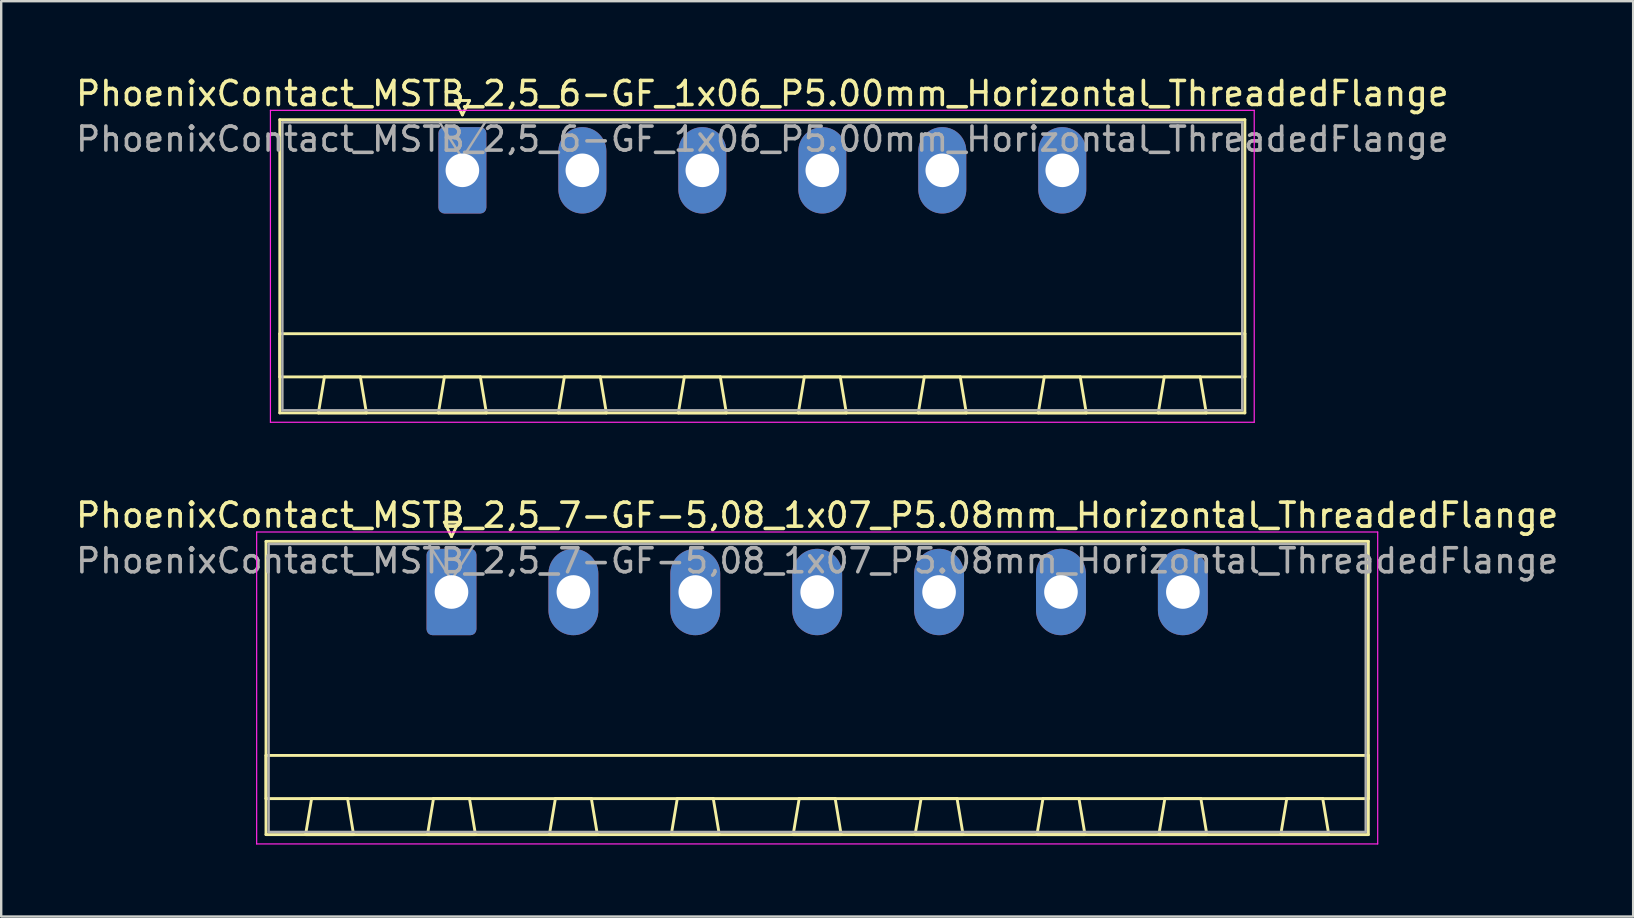
<source format=kicad_pcb>
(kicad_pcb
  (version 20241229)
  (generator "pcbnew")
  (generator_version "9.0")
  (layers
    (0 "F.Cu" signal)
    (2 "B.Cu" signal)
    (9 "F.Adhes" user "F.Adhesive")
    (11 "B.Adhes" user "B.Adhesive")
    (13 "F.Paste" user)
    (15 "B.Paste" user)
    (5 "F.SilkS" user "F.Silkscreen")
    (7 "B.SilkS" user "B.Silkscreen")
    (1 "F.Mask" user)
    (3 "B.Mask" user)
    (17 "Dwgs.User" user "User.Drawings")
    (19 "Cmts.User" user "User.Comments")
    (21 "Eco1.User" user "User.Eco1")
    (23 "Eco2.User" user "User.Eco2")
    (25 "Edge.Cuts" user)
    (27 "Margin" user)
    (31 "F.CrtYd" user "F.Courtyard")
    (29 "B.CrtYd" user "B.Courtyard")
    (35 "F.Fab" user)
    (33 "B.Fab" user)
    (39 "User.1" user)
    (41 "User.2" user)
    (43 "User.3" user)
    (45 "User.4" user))
  (footprint "PhoenixContact_MSTB_2,5_7-GF-5,08_1x07_P5.08mm_Horizontal_ThreadedFlange"
    (layer "F.Cu")
    (at 15.766 21.622)
    (property "Reference" "PhoenixContact_MSTB_2,5_7-GF-5,08_1x07_P5.08mm_Horizontal_ThreadedFlange" (at 15.24 -3.2 0) (layer "F.SilkS") (effects (font (size 1 1) (thickness 0.15))))
    (attr through_hole)
    (fp_line (start -7.73 -2.11) (end -7.73 10.11) (stroke (width 0.12) (type solid)) (layer "F.SilkS"))
    (fp_line (start -7.73 6.81) (end 38.21 6.81) (stroke (width 0.12) (type solid)) (layer "F.SilkS"))
    (fp_line (start -7.73 8.61) (end -7.73 6.81) (stroke (width 0.12) (type solid)) (layer "F.SilkS"))
    (fp_line (start -7.73 10.11) (end 38.21 10.11) (stroke (width 0.12) (type solid)) (layer "F.SilkS"))
    (fp_line (start -6.08 10.11) (end -4.08 10.11) (stroke (width 0.12) (type solid)) (layer "F.SilkS"))
    (fp_line (start -5.83 8.61) (end -6.08 10.11) (stroke (width 0.12) (type solid)) (layer "F.SilkS"))
    (fp_line (start -4.33 8.61) (end -5.83 8.61) (stroke (width 0.12) (type solid)) (layer "F.SilkS"))
    (fp_line (start -4.08 10.11) (end -4.33 8.61) (stroke (width 0.12) (type solid)) (layer "F.SilkS"))
    (fp_line (start -1 10.11) (end 1 10.11) (stroke (width 0.12) (type solid)) (layer "F.SilkS"))
    (fp_line (start -0.75 8.61) (end -1 10.11) (stroke (width 0.12) (type solid)) (layer "F.SilkS"))
    (fp_line (start -0.3 -2.91) (end 0.3 -2.91) (stroke (width 0.12) (type solid)) (layer "F.SilkS"))
    (fp_line (start 0 -2.31) (end -0.3 -2.91) (stroke (width 0.12) (type solid)) (layer "F.SilkS"))
    (fp_line (start 0.3 -2.91) (end 0 -2.31) (stroke (width 0.12) (type solid)) (layer "F.SilkS"))
    (fp_line (start 0.75 8.61) (end -0.75 8.61) (stroke (width 0.12) (type solid)) (layer "F.SilkS"))
    (fp_line (start 1 10.11) (end 0.75 8.61) (stroke (width 0.12) (type solid)) (layer "F.SilkS"))
    (fp_line (start 4.08 10.11) (end 6.08 10.11) (stroke (width 0.12) (type solid)) (layer "F.SilkS"))
    (fp_line (start 4.33 8.61) (end 4.08 10.11) (stroke (width 0.12) (type solid)) (layer "F.SilkS"))
    (fp_line (start 5.83 8.61) (end 4.33 8.61) (stroke (width 0.12) (type solid)) (layer "F.SilkS"))
    (fp_line (start 6.08 10.11) (end 5.83 8.61) (stroke (width 0.12) (type solid)) (layer "F.SilkS"))
    (fp_line (start 9.16 10.11) (end 11.16 10.11) (stroke (width 0.12) (type solid)) (layer "F.SilkS"))
    (fp_line (start 9.41 8.61) (end 9.16 10.11) (stroke (width 0.12) (type solid)) (layer "F.SilkS"))
    (fp_line (start 10.91 8.61) (end 9.41 8.61) (stroke (width 0.12) (type solid)) (layer "F.SilkS"))
    (fp_line (start 11.16 10.11) (end 10.91 8.61) (stroke (width 0.12) (type solid)) (layer "F.SilkS"))
    (fp_line (start 14.24 10.11) (end 16.24 10.11) (stroke (width 0.12) (type solid)) (layer "F.SilkS"))
    (fp_line (start 14.49 8.61) (end 14.24 10.11) (stroke (width 0.12) (type solid)) (layer "F.SilkS"))
    (fp_line (start 15.99 8.61) (end 14.49 8.61) (stroke (width 0.12) (type solid)) (layer "F.SilkS"))
    (fp_line (start 16.24 10.11) (end 15.99 8.61) (stroke (width 0.12) (type solid)) (layer "F.SilkS"))
    (fp_line (start 19.32 10.11) (end 21.32 10.11) (stroke (width 0.12) (type solid)) (layer "F.SilkS"))
    (fp_line (start 19.57 8.61) (end 19.32 10.11) (stroke (width 0.12) (type solid)) (layer "F.SilkS"))
    (fp_line (start 21.07 8.61) (end 19.57 8.61) (stroke (width 0.12) (type solid)) (layer "F.SilkS"))
    (fp_line (start 21.32 10.11) (end 21.07 8.61) (stroke (width 0.12) (type solid)) (layer "F.SilkS"))
    (fp_line (start 24.4 10.11) (end 26.4 10.11) (stroke (width 0.12) (type solid)) (layer "F.SilkS"))
    (fp_line (start 24.65 8.61) (end 24.4 10.11) (stroke (width 0.12) (type solid)) (layer "F.SilkS"))
    (fp_line (start 26.15 8.61) (end 24.65 8.61) (stroke (width 0.12) (type solid)) (layer "F.SilkS"))
    (fp_line (start 26.4 10.11) (end 26.15 8.61) (stroke (width 0.12) (type solid)) (layer "F.SilkS"))
    (fp_line (start 29.48 10.11) (end 31.48 10.11) (stroke (width 0.12) (type solid)) (layer "F.SilkS"))
    (fp_line (start 29.73 8.61) (end 29.48 10.11) (stroke (width 0.12) (type solid)) (layer "F.SilkS"))
    (fp_line (start 31.23 8.61) (end 29.73 8.61) (stroke (width 0.12) (type solid)) (layer "F.SilkS"))
    (fp_line (start 31.48 10.11) (end 31.23 8.61) (stroke (width 0.12) (type solid)) (layer "F.SilkS"))
    (fp_line (start 34.56 10.11) (end 36.56 10.11) (stroke (width 0.12) (type solid)) (layer "F.SilkS"))
    (fp_line (start 34.81 8.61) (end 34.56 10.11) (stroke (width 0.12) (type solid)) (layer "F.SilkS"))
    (fp_line (start 36.31 8.61) (end 34.81 8.61) (stroke (width 0.12) (type solid)) (layer "F.SilkS"))
    (fp_line (start 36.56 10.11) (end 36.31 8.61) (stroke (width 0.12) (type solid)) (layer "F.SilkS"))
    (fp_line (start 38.21 -2.11) (end -7.73 -2.11) (stroke (width 0.12) (type solid)) (layer "F.SilkS"))
    (fp_line (start 38.21 6.81) (end 38.21 8.61) (stroke (width 0.12) (type solid)) (layer "F.SilkS"))
    (fp_line (start 38.21 8.61) (end -7.73 8.61) (stroke (width 0.12) (type solid)) (layer "F.SilkS"))
    (fp_line (start 38.21 10.11) (end 38.21 -2.11) (stroke (width 0.12) (type solid)) (layer "F.SilkS"))
    (fp_line (start -8.12 -2.5) (end -8.12 10.5) (stroke (width 0.05) (type solid)) (layer "F.CrtYd"))
    (fp_line (start -8.12 10.5) (end 38.6 10.5) (stroke (width 0.05) (type solid)) (layer "F.CrtYd"))
    (fp_line (start 38.6 -2.5) (end -8.12 -2.5) (stroke (width 0.05) (type solid)) (layer "F.CrtYd"))
    (fp_line (start 38.6 10.5) (end 38.6 -2.5) (stroke (width 0.05) (type solid)) (layer "F.CrtYd"))
    (fp_line (start -7.62 -2) (end -7.62 10) (stroke (width 0.1) (type solid)) (layer "F.Fab"))
    (fp_line (start -7.62 10) (end 38.1 10) (stroke (width 0.1) (type solid)) (layer "F.Fab"))
    (fp_line (start 0 -0.5) (end -0.95 -2) (stroke (width 0.1) (type solid)) (layer "F.Fab"))
    (fp_line (start 0.95 -2) (end 0 -0.5) (stroke (width 0.1) (type solid)) (layer "F.Fab"))
    (fp_line (start 38.1 -2) (end -7.62 -2) (stroke (width 0.1) (type solid)) (layer "F.Fab"))
    (fp_line (start 38.1 10) (end 38.1 -2) (stroke (width 0.1) (type solid)) (layer "F.Fab"))
    (fp_text user "${REFERENCE}" (at 15.24 -1.3 0) (layer "F.Fab") (effects (font (size 1 1) (thickness 0.15))))
    (pad "1" thru_hole roundrect (at 0 0) (size 2.08 3.6) (drill 1.4) (layers "*.Cu" "*.Mask") (roundrect_rratio 0.12))
    (pad "2" thru_hole oval (at 5.08 0) (size 2.08 3.6) (drill 1.4) (layers "*.Cu" "*.Mask"))
    (pad "3" thru_hole oval (at 10.16 0) (size 2.08 3.6) (drill 1.4) (layers "*.Cu" "*.Mask"))
    (pad "4" thru_hole oval (at 15.24 0) (size 2.08 3.6) (drill 1.4) (layers "*.Cu" "*.Mask"))
    (pad "5" thru_hole oval (at 20.32 0) (size 2.08 3.6) (drill 1.4) (layers "*.Cu" "*.Mask"))
    (pad "6" thru_hole oval (at 25.4 0) (size 2.08 3.6) (drill 1.4) (layers "*.Cu" "*.Mask"))
    (pad "7" thru_hole oval (at 30.48 0) (size 2.08 3.6) (drill 1.4) (layers "*.Cu" "*.Mask")))
  (footprint "PhoenixContact_MSTB_2,5_6-GF_1x06_P5.00mm_Horizontal_ThreadedFlange"
    (layer "F.Cu")
    (at 16.22 4.048)
    (property "Reference" "PhoenixContact_MSTB_2,5_6-GF_1x06_P5.00mm_Horizontal_ThreadedFlange" (at 12.5 -3.2 0) (layer "F.SilkS") (effects (font (size 1 1) (thickness 0.15))))
    (attr through_hole)
    (fp_line (start -7.61 -2.11) (end -7.61 10.11) (stroke (width 0.12) (type solid)) (layer "F.SilkS"))
    (fp_line (start -7.61 6.81) (end 32.61 6.81) (stroke (width 0.12) (type solid)) (layer "F.SilkS"))
    (fp_line (start -7.61 8.61) (end -7.61 6.81) (stroke (width 0.12) (type solid)) (layer "F.SilkS"))
    (fp_line (start -7.61 10.11) (end 32.61 10.11) (stroke (width 0.12) (type solid)) (layer "F.SilkS"))
    (fp_line (start -6 10.11) (end -4 10.11) (stroke (width 0.12) (type solid)) (layer "F.SilkS"))
    (fp_line (start -5.75 8.61) (end -6 10.11) (stroke (width 0.12) (type solid)) (layer "F.SilkS"))
    (fp_line (start -4.25 8.61) (end -5.75 8.61) (stroke (width 0.12) (type solid)) (layer "F.SilkS"))
    (fp_line (start -4 10.11) (end -4.25 8.61) (stroke (width 0.12) (type solid)) (layer "F.SilkS"))
    (fp_line (start -1 10.11) (end 1 10.11) (stroke (width 0.12) (type solid)) (layer "F.SilkS"))
    (fp_line (start -0.75 8.61) (end -1 10.11) (stroke (width 0.12) (type solid)) (layer "F.SilkS"))
    (fp_line (start -0.3 -2.91) (end 0.3 -2.91) (stroke (width 0.12) (type solid)) (layer "F.SilkS"))
    (fp_line (start 0 -2.31) (end -0.3 -2.91) (stroke (width 0.12) (type solid)) (layer "F.SilkS"))
    (fp_line (start 0.3 -2.91) (end 0 -2.31) (stroke (width 0.12) (type solid)) (layer "F.SilkS"))
    (fp_line (start 0.75 8.61) (end -0.75 8.61) (stroke (width 0.12) (type solid)) (layer "F.SilkS"))
    (fp_line (start 1 10.11) (end 0.75 8.61) (stroke (width 0.12) (type solid)) (layer "F.SilkS"))
    (fp_line (start 4 10.11) (end 6 10.11) (stroke (width 0.12) (type solid)) (layer "F.SilkS"))
    (fp_line (start 4.25 8.61) (end 4 10.11) (stroke (width 0.12) (type solid)) (layer "F.SilkS"))
    (fp_line (start 5.75 8.61) (end 4.25 8.61) (stroke (width 0.12) (type solid)) (layer "F.SilkS"))
    (fp_line (start 6 10.11) (end 5.75 8.61) (stroke (width 0.12) (type solid)) (layer "F.SilkS"))
    (fp_line (start 9 10.11) (end 11 10.11) (stroke (width 0.12) (type solid)) (layer "F.SilkS"))
    (fp_line (start 9.25 8.61) (end 9 10.11) (stroke (width 0.12) (type solid)) (layer "F.SilkS"))
    (fp_line (start 10.75 8.61) (end 9.25 8.61) (stroke (width 0.12) (type solid)) (layer "F.SilkS"))
    (fp_line (start 11 10.11) (end 10.75 8.61) (stroke (width 0.12) (type solid)) (layer "F.SilkS"))
    (fp_line (start 14 10.11) (end 16 10.11) (stroke (width 0.12) (type solid)) (layer "F.SilkS"))
    (fp_line (start 14.25 8.61) (end 14 10.11) (stroke (width 0.12) (type solid)) (layer "F.SilkS"))
    (fp_line (start 15.75 8.61) (end 14.25 8.61) (stroke (width 0.12) (type solid)) (layer "F.SilkS"))
    (fp_line (start 16 10.11) (end 15.75 8.61) (stroke (width 0.12) (type solid)) (layer "F.SilkS"))
    (fp_line (start 19 10.11) (end 21 10.11) (stroke (width 0.12) (type solid)) (layer "F.SilkS"))
    (fp_line (start 19.25 8.61) (end 19 10.11) (stroke (width 0.12) (type solid)) (layer "F.SilkS"))
    (fp_line (start 20.75 8.61) (end 19.25 8.61) (stroke (width 0.12) (type solid)) (layer "F.SilkS"))
    (fp_line (start 21 10.11) (end 20.75 8.61) (stroke (width 0.12) (type solid)) (layer "F.SilkS"))
    (fp_line (start 24 10.11) (end 26 10.11) (stroke (width 0.12) (type solid)) (layer "F.SilkS"))
    (fp_line (start 24.25 8.61) (end 24 10.11) (stroke (width 0.12) (type solid)) (layer "F.SilkS"))
    (fp_line (start 25.75 8.61) (end 24.25 8.61) (stroke (width 0.12) (type solid)) (layer "F.SilkS"))
    (fp_line (start 26 10.11) (end 25.75 8.61) (stroke (width 0.12) (type solid)) (layer "F.SilkS"))
    (fp_line (start 29 10.11) (end 31 10.11) (stroke (width 0.12) (type solid)) (layer "F.SilkS"))
    (fp_line (start 29.25 8.61) (end 29 10.11) (stroke (width 0.12) (type solid)) (layer "F.SilkS"))
    (fp_line (start 30.75 8.61) (end 29.25 8.61) (stroke (width 0.12) (type solid)) (layer "F.SilkS"))
    (fp_line (start 31 10.11) (end 30.75 8.61) (stroke (width 0.12) (type solid)) (layer "F.SilkS"))
    (fp_line (start 32.61 -2.11) (end -7.61 -2.11) (stroke (width 0.12) (type solid)) (layer "F.SilkS"))
    (fp_line (start 32.61 6.81) (end 32.61 8.61) (stroke (width 0.12) (type solid)) (layer "F.SilkS"))
    (fp_line (start 32.61 8.61) (end -7.61 8.61) (stroke (width 0.12) (type solid)) (layer "F.SilkS"))
    (fp_line (start 32.61 10.11) (end 32.61 -2.11) (stroke (width 0.12) (type solid)) (layer "F.SilkS"))
    (fp_line (start -8 -2.5) (end -8 10.5) (stroke (width 0.05) (type solid)) (layer "F.CrtYd"))
    (fp_line (start -8 10.5) (end 33 10.5) (stroke (width 0.05) (type solid)) (layer "F.CrtYd"))
    (fp_line (start 33 -2.5) (end -8 -2.5) (stroke (width 0.05) (type solid)) (layer "F.CrtYd"))
    (fp_line (start 33 10.5) (end 33 -2.5) (stroke (width 0.05) (type solid)) (layer "F.CrtYd"))
    (fp_line (start -7.5 -2) (end -7.5 10) (stroke (width 0.1) (type solid)) (layer "F.Fab"))
    (fp_line (start -7.5 10) (end 32.5 10) (stroke (width 0.1) (type solid)) (layer "F.Fab"))
    (fp_line (start 0 -0.5) (end -0.95 -2) (stroke (width 0.1) (type solid)) (layer "F.Fab"))
    (fp_line (start 0.95 -2) (end 0 -0.5) (stroke (width 0.1) (type solid)) (layer "F.Fab"))
    (fp_line (start 32.5 -2) (end -7.5 -2) (stroke (width 0.1) (type solid)) (layer "F.Fab"))
    (fp_line (start 32.5 10) (end 32.5 -2) (stroke (width 0.1) (type solid)) (layer "F.Fab"))
    (fp_text user "${REFERENCE}" (at 12.5 -1.3 0) (layer "F.Fab") (effects (font (size 1 1) (thickness 0.15))))
    (pad "1" thru_hole roundrect (at 0 0) (size 2 3.6) (drill 1.4) (layers "*.Cu" "*.Mask") (roundrect_rratio 0.125))
    (pad "2" thru_hole oval (at 5 0) (size 2 3.6) (drill 1.4) (layers "*.Cu" "*.Mask"))
    (pad "3" thru_hole oval (at 10 0) (size 2 3.6) (drill 1.4) (layers "*.Cu" "*.Mask"))
    (pad "4" thru_hole oval (at 15 0) (size 2 3.6) (drill 1.4) (layers "*.Cu" "*.Mask"))
    (pad "5" thru_hole oval (at 20 0) (size 2 3.6) (drill 1.4) (layers "*.Cu" "*.Mask"))
    (pad "6" thru_hole oval (at 25 0) (size 2 3.6) (drill 1.4) (layers "*.Cu" "*.Mask")))
  (gr_rect
    (start -3 -3)
    (end 65.012 35.147)
    (stroke (width 0.1) (type default))
    (fill no)
    (layer "Edge.Cuts")))
</source>
